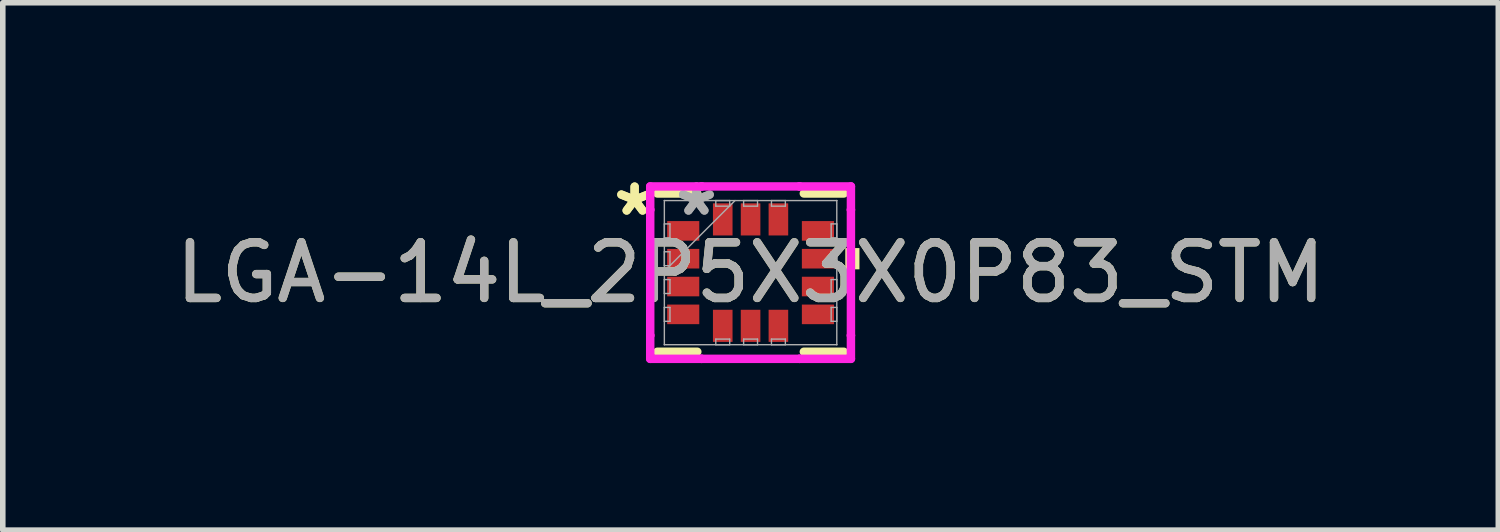
<source format=kicad_pcb>
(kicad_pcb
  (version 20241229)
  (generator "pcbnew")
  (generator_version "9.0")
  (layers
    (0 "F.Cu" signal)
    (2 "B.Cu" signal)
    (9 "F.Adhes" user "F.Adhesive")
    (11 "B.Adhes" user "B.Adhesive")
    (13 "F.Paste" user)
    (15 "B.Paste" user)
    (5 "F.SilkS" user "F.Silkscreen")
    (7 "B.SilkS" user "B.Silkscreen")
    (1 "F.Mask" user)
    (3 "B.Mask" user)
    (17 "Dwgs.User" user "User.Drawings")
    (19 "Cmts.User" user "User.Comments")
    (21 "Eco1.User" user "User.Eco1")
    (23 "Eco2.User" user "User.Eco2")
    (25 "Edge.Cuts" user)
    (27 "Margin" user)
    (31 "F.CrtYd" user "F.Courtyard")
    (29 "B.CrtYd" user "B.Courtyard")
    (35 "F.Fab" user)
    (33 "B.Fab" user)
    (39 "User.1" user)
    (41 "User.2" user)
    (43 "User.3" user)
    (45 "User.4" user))
  (footprint "LGA-14L_2P5X3X0P83_STM"
    (layer "F.Cu")
    (at 10.435 1.848)
    (property "Reference" "LGA-14L_2P5X3X0P83_STM" (at 0 0 0) (unlocked yes) (layer "F.SilkS") (effects (font (size 1 1) (thickness 0.15))))
    (attr smd)
    (fp_line (start -1.676 1.422) (end -0.957 1.422) (stroke (width 0.152) (type solid)) (layer "F.SilkS"))
    (fp_line (start -0.957 -1.422) (end -1.676 -1.422) (stroke (width 0.152) (type solid)) (layer "F.SilkS"))
    (fp_line (start 0.957 1.422) (end 1.676 1.422) (stroke (width 0.152) (type solid)) (layer "F.SilkS"))
    (fp_line (start 1.676 -1.422) (end 0.957 -1.422) (stroke (width 0.152) (type solid)) (layer "F.SilkS"))
    (fp_poly (pts (xy 1.956 -0.441) (xy 1.956 -0.059) (xy 1.702 -0.059) (xy 1.702 -0.441)) (stroke (width 0) (type solid)) (fill yes) (layer "F.SilkS"))
    (fp_line (start -1.803 -1.549) (end -0.879 -1.549) (stroke (width 0.152) (type solid)) (layer "F.CrtYd"))
    (fp_line (start -1.803 -1.129) (end -1.803 -1.549) (stroke (width 0.152) (type solid)) (layer "F.CrtYd"))
    (fp_line (start -1.803 -1.129) (end -1.803 -1.129) (stroke (width 0.152) (type solid)) (layer "F.CrtYd"))
    (fp_line (start -1.803 1.129) (end -1.803 -1.129) (stroke (width 0.152) (type solid)) (layer "F.CrtYd"))
    (fp_line (start -1.803 1.129) (end -1.803 1.129) (stroke (width 0.152) (type solid)) (layer "F.CrtYd"))
    (fp_line (start -1.803 1.549) (end -1.803 1.129) (stroke (width 0.152) (type solid)) (layer "F.CrtYd"))
    (fp_line (start -0.879 -1.549) (end -0.879 -1.549) (stroke (width 0.152) (type solid)) (layer "F.CrtYd"))
    (fp_line (start -0.879 -1.549) (end 0.879 -1.549) (stroke (width 0.152) (type solid)) (layer "F.CrtYd"))
    (fp_line (start -0.879 1.549) (end -1.803 1.549) (stroke (width 0.152) (type solid)) (layer "F.CrtYd"))
    (fp_line (start -0.879 1.549) (end -0.879 1.549) (stroke (width 0.152) (type solid)) (layer "F.CrtYd"))
    (fp_line (start 0.879 -1.549) (end 0.879 -1.549) (stroke (width 0.152) (type solid)) (layer "F.CrtYd"))
    (fp_line (start 0.879 -1.549) (end 1.803 -1.549) (stroke (width 0.152) (type solid)) (layer "F.CrtYd"))
    (fp_line (start 0.879 1.549) (end -0.879 1.549) (stroke (width 0.152) (type solid)) (layer "F.CrtYd"))
    (fp_line (start 0.879 1.549) (end 0.879 1.549) (stroke (width 0.152) (type solid)) (layer "F.CrtYd"))
    (fp_line (start 1.803 -1.549) (end 1.803 -1.129) (stroke (width 0.152) (type solid)) (layer "F.CrtYd"))
    (fp_line (start 1.803 -1.129) (end 1.803 -1.129) (stroke (width 0.152) (type solid)) (layer "F.CrtYd"))
    (fp_line (start 1.803 -1.129) (end 1.803 1.129) (stroke (width 0.152) (type solid)) (layer "F.CrtYd"))
    (fp_line (start 1.803 1.129) (end 1.803 1.129) (stroke (width 0.152) (type solid)) (layer "F.CrtYd"))
    (fp_line (start 1.803 1.129) (end 1.803 1.549) (stroke (width 0.152) (type solid)) (layer "F.CrtYd"))
    (fp_line (start 1.803 1.549) (end 0.879 1.549) (stroke (width 0.152) (type solid)) (layer "F.CrtYd"))
    (fp_line (start -1.549 -1.295) (end -1.549 -1.295) (stroke (width 0.025) (type solid)) (layer "F.Fab"))
    (fp_line (start -1.549 -1.295) (end -1.549 1.295) (stroke (width 0.025) (type solid)) (layer "F.Fab"))
    (fp_line (start -1.549 -0.875) (end -1.448 -0.875) (stroke (width 0.025) (type solid)) (layer "F.Fab"))
    (fp_line (start -1.549 -0.625) (end -1.549 -0.875) (stroke (width 0.025) (type solid)) (layer "F.Fab"))
    (fp_line (start -1.549 -0.375) (end -1.448 -0.375) (stroke (width 0.025) (type solid)) (layer "F.Fab"))
    (fp_line (start -1.549 -0.125) (end -1.549 -0.375) (stroke (width 0.025) (type solid)) (layer "F.Fab"))
    (fp_line (start -1.549 -0.025) (end -0.279 -1.295) (stroke (width 0.025) (type solid)) (layer "F.Fab"))
    (fp_line (start -1.549 0.125) (end -1.448 0.125) (stroke (width 0.025) (type solid)) (layer "F.Fab"))
    (fp_line (start -1.549 0.375) (end -1.549 0.125) (stroke (width 0.025) (type solid)) (layer "F.Fab"))
    (fp_line (start -1.549 0.625) (end -1.448 0.625) (stroke (width 0.025) (type solid)) (layer "F.Fab"))
    (fp_line (start -1.549 0.875) (end -1.549 0.625) (stroke (width 0.025) (type solid)) (layer "F.Fab"))
    (fp_line (start -1.549 1.295) (end -1.549 1.295) (stroke (width 0.025) (type solid)) (layer "F.Fab"))
    (fp_line (start -1.549 1.295) (end 1.549 1.295) (stroke (width 0.025) (type solid)) (layer "F.Fab"))
    (fp_line (start -1.448 -0.875) (end -1.448 -0.625) (stroke (width 0.025) (type solid)) (layer "F.Fab"))
    (fp_line (start -1.448 -0.625) (end -1.549 -0.625) (stroke (width 0.025) (type solid)) (layer "F.Fab"))
    (fp_line (start -1.448 -0.375) (end -1.448 -0.125) (stroke (width 0.025) (type solid)) (layer "F.Fab"))
    (fp_line (start -1.448 -0.125) (end -1.549 -0.125) (stroke (width 0.025) (type solid)) (layer "F.Fab"))
    (fp_line (start -1.448 0.125) (end -1.448 0.375) (stroke (width 0.025) (type solid)) (layer "F.Fab"))
    (fp_line (start -1.448 0.375) (end -1.549 0.375) (stroke (width 0.025) (type solid)) (layer "F.Fab"))
    (fp_line (start -1.448 0.625) (end -1.448 0.875) (stroke (width 0.025) (type solid)) (layer "F.Fab"))
    (fp_line (start -1.448 0.875) (end -1.549 0.875) (stroke (width 0.025) (type solid)) (layer "F.Fab"))
    (fp_line (start -0.625 -1.295) (end -0.375 -1.295) (stroke (width 0.025) (type solid)) (layer "F.Fab"))
    (fp_line (start -0.625 -1.194) (end -0.625 -1.295) (stroke (width 0.025) (type solid)) (layer "F.Fab"))
    (fp_line (start -0.625 1.194) (end -0.375 1.194) (stroke (width 0.025) (type solid)) (layer "F.Fab"))
    (fp_line (start -0.625 1.295) (end -0.625 1.194) (stroke (width 0.025) (type solid)) (layer "F.Fab"))
    (fp_line (start -0.375 -1.295) (end -0.375 -1.194) (stroke (width 0.025) (type solid)) (layer "F.Fab"))
    (fp_line (start -0.375 -1.194) (end -0.625 -1.194) (stroke (width 0.025) (type solid)) (layer "F.Fab"))
    (fp_line (start -0.375 1.194) (end -0.375 1.295) (stroke (width 0.025) (type solid)) (layer "F.Fab"))
    (fp_line (start -0.375 1.295) (end -0.625 1.295) (stroke (width 0.025) (type solid)) (layer "F.Fab"))
    (fp_line (start -0.125 -1.295) (end 0.125 -1.295) (stroke (width 0.025) (type solid)) (layer "F.Fab"))
    (fp_line (start -0.125 -1.194) (end -0.125 -1.295) (stroke (width 0.025) (type solid)) (layer "F.Fab"))
    (fp_line (start -0.125 1.194) (end 0.125 1.194) (stroke (width 0.025) (type solid)) (layer "F.Fab"))
    (fp_line (start -0.125 1.295) (end -0.125 1.194) (stroke (width 0.025) (type solid)) (layer "F.Fab"))
    (fp_line (start 0.125 -1.295) (end 0.125 -1.194) (stroke (width 0.025) (type solid)) (layer "F.Fab"))
    (fp_line (start 0.125 -1.194) (end -0.125 -1.194) (stroke (width 0.025) (type solid)) (layer "F.Fab"))
    (fp_line (start 0.125 1.194) (end 0.125 1.295) (stroke (width 0.025) (type solid)) (layer "F.Fab"))
    (fp_line (start 0.125 1.295) (end -0.125 1.295) (stroke (width 0.025) (type solid)) (layer "F.Fab"))
    (fp_line (start 0.375 -1.295) (end 0.625 -1.295) (stroke (width 0.025) (type solid)) (layer "F.Fab"))
    (fp_line (start 0.375 -1.194) (end 0.375 -1.295) (stroke (width 0.025) (type solid)) (layer "F.Fab"))
    (fp_line (start 0.375 1.194) (end 0.625 1.194) (stroke (width 0.025) (type solid)) (layer "F.Fab"))
    (fp_line (start 0.375 1.295) (end 0.375 1.194) (stroke (width 0.025) (type solid)) (layer "F.Fab"))
    (fp_line (start 0.625 -1.295) (end 0.625 -1.194) (stroke (width 0.025) (type solid)) (layer "F.Fab"))
    (fp_line (start 0.625 -1.194) (end 0.375 -1.194) (stroke (width 0.025) (type solid)) (layer "F.Fab"))
    (fp_line (start 0.625 1.194) (end 0.625 1.295) (stroke (width 0.025) (type solid)) (layer "F.Fab"))
    (fp_line (start 0.625 1.295) (end 0.375 1.295) (stroke (width 0.025) (type solid)) (layer "F.Fab"))
    (fp_line (start 1.448 -0.875) (end 1.549 -0.875) (stroke (width 0.025) (type solid)) (layer "F.Fab"))
    (fp_line (start 1.448 -0.625) (end 1.448 -0.875) (stroke (width 0.025) (type solid)) (layer "F.Fab"))
    (fp_line (start 1.448 -0.375) (end 1.549 -0.375) (stroke (width 0.025) (type solid)) (layer "F.Fab"))
    (fp_line (start 1.448 -0.125) (end 1.448 -0.375) (stroke (width 0.025) (type solid)) (layer "F.Fab"))
    (fp_line (start 1.448 0.125) (end 1.549 0.125) (stroke (width 0.025) (type solid)) (layer "F.Fab"))
    (fp_line (start 1.448 0.375) (end 1.448 0.125) (stroke (width 0.025) (type solid)) (layer "F.Fab"))
    (fp_line (start 1.448 0.625) (end 1.549 0.625) (stroke (width 0.025) (type solid)) (layer "F.Fab"))
    (fp_line (start 1.448 0.875) (end 1.448 0.625) (stroke (width 0.025) (type solid)) (layer "F.Fab"))
    (fp_line (start 1.549 -1.295) (end -1.549 -1.295) (stroke (width 0.025) (type solid)) (layer "F.Fab"))
    (fp_line (start 1.549 -1.295) (end 1.549 -1.295) (stroke (width 0.025) (type solid)) (layer "F.Fab"))
    (fp_line (start 1.549 -0.875) (end 1.549 -0.625) (stroke (width 0.025) (type solid)) (layer "F.Fab"))
    (fp_line (start 1.549 -0.625) (end 1.448 -0.625) (stroke (width 0.025) (type solid)) (layer "F.Fab"))
    (fp_line (start 1.549 -0.375) (end 1.549 -0.125) (stroke (width 0.025) (type solid)) (layer "F.Fab"))
    (fp_line (start 1.549 -0.125) (end 1.448 -0.125) (stroke (width 0.025) (type solid)) (layer "F.Fab"))
    (fp_line (start 1.549 0.125) (end 1.549 0.375) (stroke (width 0.025) (type solid)) (layer "F.Fab"))
    (fp_line (start 1.549 0.375) (end 1.448 0.375) (stroke (width 0.025) (type solid)) (layer "F.Fab"))
    (fp_line (start 1.549 0.625) (end 1.549 0.875) (stroke (width 0.025) (type solid)) (layer "F.Fab"))
    (fp_line (start 1.549 0.875) (end 1.448 0.875) (stroke (width 0.025) (type solid)) (layer "F.Fab"))
    (fp_line (start 1.549 1.295) (end 1.549 -1.295) (stroke (width 0.025) (type solid)) (layer "F.Fab"))
    (fp_line (start 1.549 1.295) (end 1.549 1.295) (stroke (width 0.025) (type solid)) (layer "F.Fab"))
    (fp_text user "*" (at -2.083 -1 0) (unlocked yes) (layer "F.SilkS") (effects (font (size 1 1) (thickness 0.15))))
    (fp_text user "*" (at -2.083 -1 0) (layer "F.SilkS") (effects (font (size 1 1) (thickness 0.15))))
    (fp_text user "${REFERENCE}" (at 0 0 0) (unlocked yes) (layer "F.Fab") (effects (font (size 1 1) (thickness 0.15))))
    (fp_text user "*" (at -0.973 -1 0) (unlocked yes) (layer "F.Fab") (effects (font (size 1 1) (thickness 0.15))))
    (fp_text user "*" (at -0.973 -1 0) (layer "F.Fab") (effects (font (size 1 1) (thickness 0.15))))
    (pad "1" smd rect (at -1.21 -0.75 90) (size 0.352 0.577) (layers "F.Cu" "F.Mask" "F.Paste"))
    (pad "2" smd rect (at -1.21 -0.25 90) (size 0.352 0.577) (layers "F.Cu" "F.Mask" "F.Paste"))
    (pad "3" smd rect (at -1.21 0.25 90) (size 0.352 0.577) (layers "F.Cu" "F.Mask" "F.Paste"))
    (pad "4" smd rect (at -1.21 0.75 90) (size 0.352 0.577) (layers "F.Cu" "F.Mask" "F.Paste"))
    (pad "5" smd rect (at -0.5 0.956) (size 0.352 0.577) (layers "F.Cu" "F.Mask" "F.Paste"))
    (pad "6" smd rect (at 0 0.956) (size 0.352 0.577) (layers "F.Cu" "F.Mask" "F.Paste"))
    (pad "7" smd rect (at 0.5 0.956) (size 0.352 0.577) (layers "F.Cu" "F.Mask" "F.Paste"))
    (pad "8" smd rect (at 1.21 0.75 90) (size 0.352 0.577) (layers "F.Cu" "F.Mask" "F.Paste"))
    (pad "9" smd rect (at 1.21 0.25 90) (size 0.352 0.577) (layers "F.Cu" "F.Mask" "F.Paste"))
    (pad "10" smd rect (at 1.21 -0.25 90) (size 0.352 0.577) (layers "F.Cu" "F.Mask" "F.Paste"))
    (pad "11" smd rect (at 1.21 -0.75 90) (size 0.352 0.577) (layers "F.Cu" "F.Mask" "F.Paste"))
    (pad "12" smd rect (at 0.5 -0.956) (size 0.352 0.577) (layers "F.Cu" "F.Mask" "F.Paste"))
    (pad "13" smd rect (at 0 -0.956) (size 0.352 0.577) (layers "F.Cu" "F.Mask" "F.Paste"))
    (pad "14" smd rect (at -0.5 -0.956) (size 0.352 0.577) (layers "F.Cu" "F.Mask" "F.Paste")))
  (gr_rect
    (start -3 -3)
    (end 23.869 6.474)
    (stroke (width 0.1) (type default))
    (fill no)
    (layer "Edge.Cuts")))
</source>
